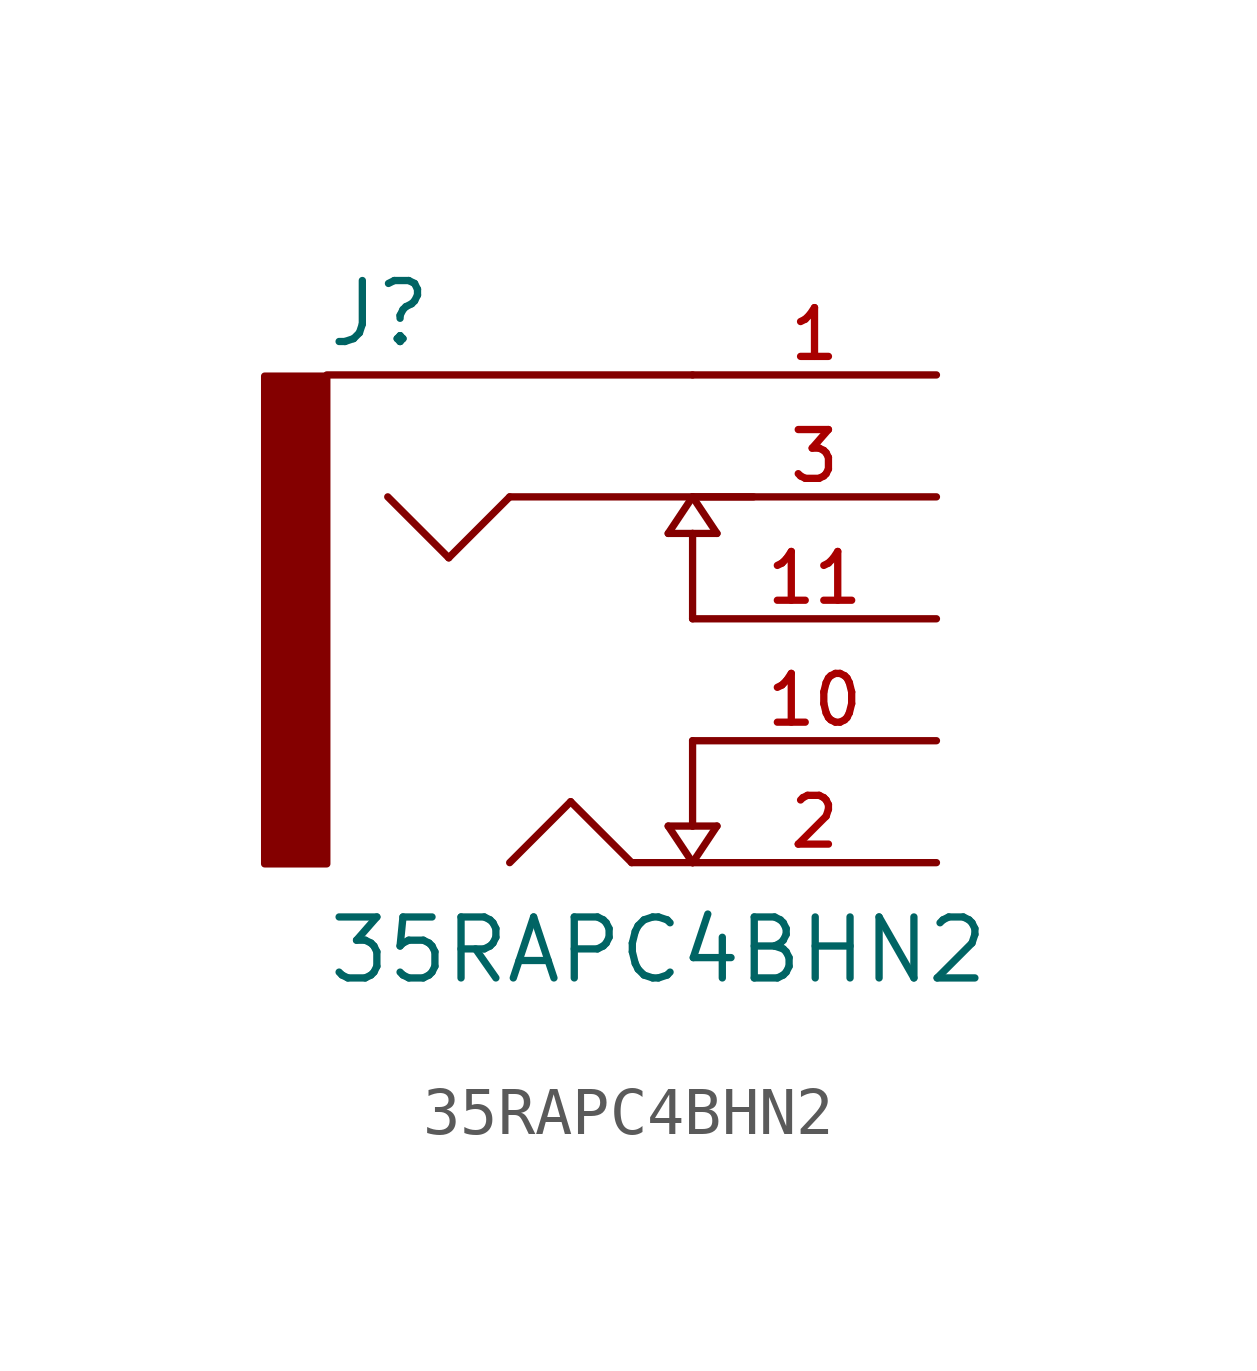
<source format=kicad_sym>
(kicad_symbol_lib
  (version 20201005)
  (generator kicad_symbol_editor)
  (symbol "35RAPC4BHN2"
    (pin_names
      (offset 1.016) hide)
    (property "Reference" "J"
      (at -5.105 5.613 0)
      (effects (font (size 1.27 1.27)) (justify left bottom)))
    (property "Value" "35RAPC4BHN2"
      (at -5.105 -7.645 0)
      (effects (font (size 1.27 1.27)) (justify left bottom)))
    (property "ki_locked" ""
      (at 0 0 0)
      (effects (font (size 1.27 1.27))))
    (symbol "35RAPC4BHN2_0_0"
      (rectangle (start -6.375 -5.105) (end -5.08 5.055) (stroke (width 0)) (fill (type outline)))
      (polyline (pts (xy -1.27 -5.08) (xy 0 -3.81)) (stroke (width 0.152)) (fill (type none)))
      (polyline (pts (xy 0 -3.81) (xy 1.27 -5.08)) (stroke (width 0.152)) (fill (type none)))
      (polyline (pts (xy 1.27 -5.08) (xy 2.54 -5.08)) (stroke (width 0.152)) (fill (type none)))
      (polyline (pts (xy 2.54 2.54) (xy -1.27 2.54)) (stroke (width 0.152)) (fill (type none)))
      (polyline (pts (xy -1.27 2.54) (xy -2.54 1.27)) (stroke (width 0.152)) (fill (type none)))
      (polyline (pts (xy -2.54 1.27) (xy -3.81 2.54)) (stroke (width 0.152)) (fill (type none)))
      (polyline (pts (xy 2.54 5.08) (xy -5.08 5.08)) (stroke (width 0.152)) (fill (type none)))
      (polyline (pts (xy 2.032 -4.318) (xy 2.54 -5.08)) (stroke (width 0.152)) (fill (type none)))
      (polyline (pts (xy 2.54 -5.08) (xy 3.048 -4.318)) (stroke (width 0.152)) (fill (type none)))
      (polyline (pts (xy 3.048 -4.318) (xy 2.54 -4.318)) (stroke (width 0.152)) (fill (type none)))
      (polyline (pts (xy 2.54 -4.318) (xy 2.032 -4.318)) (stroke (width 0.152)) (fill (type none)))
      (polyline (pts (xy 2.54 -4.318) (xy 2.54 -2.54)) (stroke (width 0.152)) (fill (type none)))
      (polyline (pts (xy 3.81 2.54) (xy 2.54 2.54)) (stroke (width 0.152)) (fill (type none)))
      (polyline (pts (xy 3.048 1.778) (xy 2.54 2.54)) (stroke (width 0.152)) (fill (type none)))
      (polyline (pts (xy 2.54 2.54) (xy 2.032 1.778)) (stroke (width 0.152)) (fill (type none)))
      (polyline (pts (xy 2.032 1.778) (xy 2.54 1.778)) (stroke (width 0.152)) (fill (type none)))
      (polyline (pts (xy 2.54 1.778) (xy 3.048 1.778)) (stroke (width 0.152)) (fill (type none)))
      (polyline (pts (xy 2.54 1.778) (xy 2.54 0)) (stroke (width 0.152)) (fill (type none)))
      (pin passive line (at 7.62 5.08 180) (length 5.08) (name "~" (effects (font (size 1.016 1.016)))) (number "1" (effects (font (size 1.016 1.016)))))
      (pin passive line (at 7.62 2.54 180) (length 5.08) (name "~" (effects (font (size 1.016 1.016)))) (number "3" (effects (font (size 1.016 1.016)))))
      (pin passive line (at 7.62 0 180) (length 5.08) (name "~" (effects (font (size 1.016 1.016)))) (number "11" (effects (font (size 1.016 1.016)))))
      (pin passive line (at 7.62 -2.54 180) (length 5.08) (name "~" (effects (font (size 1.016 1.016)))) (number "10" (effects (font (size 1.016 1.016)))))
      (pin passive line (at 7.62 -5.08 180) (length 5.08) (name "~" (effects (font (size 1.016 1.016)))) (number "2" (effects (font (size 1.016 1.016))))))))
</source>
